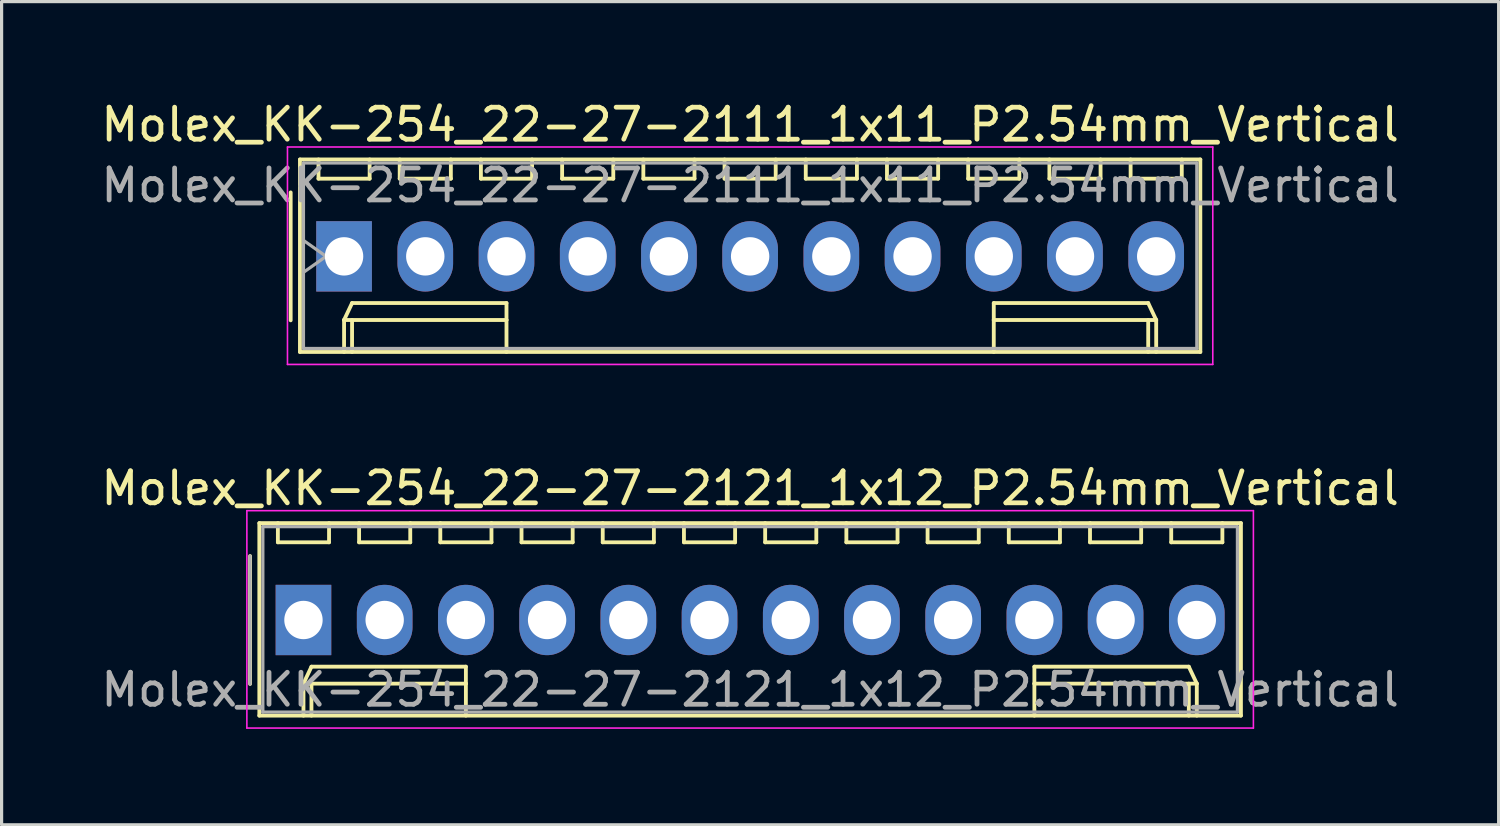
<source format=kicad_pcb>
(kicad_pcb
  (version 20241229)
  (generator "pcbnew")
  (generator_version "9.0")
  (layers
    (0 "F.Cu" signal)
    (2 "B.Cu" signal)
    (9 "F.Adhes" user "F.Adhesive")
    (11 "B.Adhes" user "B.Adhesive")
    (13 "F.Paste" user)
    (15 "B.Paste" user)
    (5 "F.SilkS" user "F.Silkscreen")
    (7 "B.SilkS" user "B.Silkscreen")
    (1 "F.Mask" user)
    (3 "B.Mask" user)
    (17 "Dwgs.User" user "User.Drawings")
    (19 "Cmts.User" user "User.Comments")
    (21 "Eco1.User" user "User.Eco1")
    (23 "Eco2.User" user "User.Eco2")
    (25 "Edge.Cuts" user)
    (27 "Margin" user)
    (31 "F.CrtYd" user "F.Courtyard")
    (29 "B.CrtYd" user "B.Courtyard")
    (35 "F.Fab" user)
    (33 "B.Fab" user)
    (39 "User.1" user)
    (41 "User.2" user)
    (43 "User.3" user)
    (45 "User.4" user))
  (footprint "Molex_KK-254_22-27-2111_1x11_P2.54mm_Vertical"
    (layer "F.Cu")
    (at 7.711 4.968)
    (property "Reference" "Molex_KK-254_22-27-2111_1x11_P2.54mm_Vertical" (at 12.7 -4.12 0) (layer "F.SilkS") (effects (font (size 1 1) (thickness 0.15))))
    (attr through_hole)
    (fp_line (start -1.67 -2) (end -1.67 2) (stroke (width 0.12) (type solid)) (layer "F.SilkS"))
    (fp_line (start -1.38 -3.03) (end -1.38 2.99) (stroke (width 0.12) (type solid)) (layer "F.SilkS"))
    (fp_line (start -1.38 2.99) (end 26.78 2.99) (stroke (width 0.12) (type solid)) (layer "F.SilkS"))
    (fp_line (start -0.8 -3.03) (end -0.8 -2.43) (stroke (width 0.12) (type solid)) (layer "F.SilkS"))
    (fp_line (start -0.8 -2.43) (end 0.8 -2.43) (stroke (width 0.12) (type solid)) (layer "F.SilkS"))
    (fp_line (start 0 1.99) (end 0.25 1.46) (stroke (width 0.12) (type solid)) (layer "F.SilkS"))
    (fp_line (start 0 1.99) (end 5.08 1.99) (stroke (width 0.12) (type solid)) (layer "F.SilkS"))
    (fp_line (start 0 2.99) (end 0 1.99) (stroke (width 0.12) (type solid)) (layer "F.SilkS"))
    (fp_line (start 0.25 1.46) (end 5.08 1.46) (stroke (width 0.12) (type solid)) (layer "F.SilkS"))
    (fp_line (start 0.25 2.99) (end 0.25 1.99) (stroke (width 0.12) (type solid)) (layer "F.SilkS"))
    (fp_line (start 0.8 -2.43) (end 0.8 -3.03) (stroke (width 0.12) (type solid)) (layer "F.SilkS"))
    (fp_line (start 1.74 -3.03) (end 1.74 -2.43) (stroke (width 0.12) (type solid)) (layer "F.SilkS"))
    (fp_line (start 1.74 -2.43) (end 3.34 -2.43) (stroke (width 0.12) (type solid)) (layer "F.SilkS"))
    (fp_line (start 3.34 -2.43) (end 3.34 -3.03) (stroke (width 0.12) (type solid)) (layer "F.SilkS"))
    (fp_line (start 4.28 -3.03) (end 4.28 -2.43) (stroke (width 0.12) (type solid)) (layer "F.SilkS"))
    (fp_line (start 4.28 -2.43) (end 5.88 -2.43) (stroke (width 0.12) (type solid)) (layer "F.SilkS"))
    (fp_line (start 5.08 1.46) (end 5.08 1.99) (stroke (width 0.12) (type solid)) (layer "F.SilkS"))
    (fp_line (start 5.08 1.99) (end 5.08 2.99) (stroke (width 0.12) (type solid)) (layer "F.SilkS"))
    (fp_line (start 5.88 -2.43) (end 5.88 -3.03) (stroke (width 0.12) (type solid)) (layer "F.SilkS"))
    (fp_line (start 6.82 -3.03) (end 6.82 -2.43) (stroke (width 0.12) (type solid)) (layer "F.SilkS"))
    (fp_line (start 6.82 -2.43) (end 8.42 -2.43) (stroke (width 0.12) (type solid)) (layer "F.SilkS"))
    (fp_line (start 8.42 -2.43) (end 8.42 -3.03) (stroke (width 0.12) (type solid)) (layer "F.SilkS"))
    (fp_line (start 9.36 -3.03) (end 9.36 -2.43) (stroke (width 0.12) (type solid)) (layer "F.SilkS"))
    (fp_line (start 9.36 -2.43) (end 10.96 -2.43) (stroke (width 0.12) (type solid)) (layer "F.SilkS"))
    (fp_line (start 10.96 -2.43) (end 10.96 -3.03) (stroke (width 0.12) (type solid)) (layer "F.SilkS"))
    (fp_line (start 11.9 -3.03) (end 11.9 -2.43) (stroke (width 0.12) (type solid)) (layer "F.SilkS"))
    (fp_line (start 11.9 -2.43) (end 13.5 -2.43) (stroke (width 0.12) (type solid)) (layer "F.SilkS"))
    (fp_line (start 13.5 -2.43) (end 13.5 -3.03) (stroke (width 0.12) (type solid)) (layer "F.SilkS"))
    (fp_line (start 14.44 -3.03) (end 14.44 -2.43) (stroke (width 0.12) (type solid)) (layer "F.SilkS"))
    (fp_line (start 14.44 -2.43) (end 16.04 -2.43) (stroke (width 0.12) (type solid)) (layer "F.SilkS"))
    (fp_line (start 16.04 -2.43) (end 16.04 -3.03) (stroke (width 0.12) (type solid)) (layer "F.SilkS"))
    (fp_line (start 16.98 -3.03) (end 16.98 -2.43) (stroke (width 0.12) (type solid)) (layer "F.SilkS"))
    (fp_line (start 16.98 -2.43) (end 18.58 -2.43) (stroke (width 0.12) (type solid)) (layer "F.SilkS"))
    (fp_line (start 18.58 -2.43) (end 18.58 -3.03) (stroke (width 0.12) (type solid)) (layer "F.SilkS"))
    (fp_line (start 19.52 -3.03) (end 19.52 -2.43) (stroke (width 0.12) (type solid)) (layer "F.SilkS"))
    (fp_line (start 19.52 -2.43) (end 21.12 -2.43) (stroke (width 0.12) (type solid)) (layer "F.SilkS"))
    (fp_line (start 20.32 1.46) (end 20.32 1.99) (stroke (width 0.12) (type solid)) (layer "F.SilkS"))
    (fp_line (start 20.32 1.99) (end 20.32 2.99) (stroke (width 0.12) (type solid)) (layer "F.SilkS"))
    (fp_line (start 21.12 -2.43) (end 21.12 -3.03) (stroke (width 0.12) (type solid)) (layer "F.SilkS"))
    (fp_line (start 22.06 -3.03) (end 22.06 -2.43) (stroke (width 0.12) (type solid)) (layer "F.SilkS"))
    (fp_line (start 22.06 -2.43) (end 23.66 -2.43) (stroke (width 0.12) (type solid)) (layer "F.SilkS"))
    (fp_line (start 23.66 -2.43) (end 23.66 -3.03) (stroke (width 0.12) (type solid)) (layer "F.SilkS"))
    (fp_line (start 24.6 -3.03) (end 24.6 -2.43) (stroke (width 0.12) (type solid)) (layer "F.SilkS"))
    (fp_line (start 24.6 -2.43) (end 26.2 -2.43) (stroke (width 0.12) (type solid)) (layer "F.SilkS"))
    (fp_line (start 25.15 1.46) (end 20.32 1.46) (stroke (width 0.12) (type solid)) (layer "F.SilkS"))
    (fp_line (start 25.15 2.99) (end 25.15 1.99) (stroke (width 0.12) (type solid)) (layer "F.SilkS"))
    (fp_line (start 25.4 1.99) (end 20.32 1.99) (stroke (width 0.12) (type solid)) (layer "F.SilkS"))
    (fp_line (start 25.4 1.99) (end 25.15 1.46) (stroke (width 0.12) (type solid)) (layer "F.SilkS"))
    (fp_line (start 25.4 2.99) (end 25.4 1.99) (stroke (width 0.12) (type solid)) (layer "F.SilkS"))
    (fp_line (start 26.2 -2.43) (end 26.2 -3.03) (stroke (width 0.12) (type solid)) (layer "F.SilkS"))
    (fp_line (start 26.78 -3.03) (end -1.38 -3.03) (stroke (width 0.12) (type solid)) (layer "F.SilkS"))
    (fp_line (start 26.78 2.99) (end 26.78 -3.03) (stroke (width 0.12) (type solid)) (layer "F.SilkS"))
    (fp_line (start -1.77 -3.42) (end -1.77 3.38) (stroke (width 0.05) (type solid)) (layer "F.CrtYd"))
    (fp_line (start -1.77 3.38) (end 27.17 3.38) (stroke (width 0.05) (type solid)) (layer "F.CrtYd"))
    (fp_line (start 27.17 -3.42) (end -1.77 -3.42) (stroke (width 0.05) (type solid)) (layer "F.CrtYd"))
    (fp_line (start 27.17 3.38) (end 27.17 -3.42) (stroke (width 0.05) (type solid)) (layer "F.CrtYd"))
    (fp_line (start -1.27 -2.92) (end -1.27 2.88) (stroke (width 0.1) (type solid)) (layer "F.Fab"))
    (fp_line (start -1.27 -0.5) (end -0.563 0) (stroke (width 0.1) (type solid)) (layer "F.Fab"))
    (fp_line (start -1.27 2.88) (end 26.67 2.88) (stroke (width 0.1) (type solid)) (layer "F.Fab"))
    (fp_line (start -0.563 0) (end -1.27 0.5) (stroke (width 0.1) (type solid)) (layer "F.Fab"))
    (fp_line (start 26.67 -2.92) (end -1.27 -2.92) (stroke (width 0.1) (type solid)) (layer "F.Fab"))
    (fp_line (start 26.67 2.88) (end 26.67 -2.92) (stroke (width 0.1) (type solid)) (layer "F.Fab"))
    (fp_text user "${REFERENCE}" (at 12.7 -2.22 0) (layer "F.Fab") (effects (font (size 1 1) (thickness 0.15))))
    (pad "1" thru_hole rect (at 0 0) (size 1.74 2.2) (drill 1.2) (layers "*.Cu" "*.Mask"))
    (pad "2" thru_hole oval (at 2.54 0) (size 1.74 2.2) (drill 1.2) (layers "*.Cu" "*.Mask"))
    (pad "3" thru_hole oval (at 5.08 0) (size 1.74 2.2) (drill 1.2) (layers "*.Cu" "*.Mask"))
    (pad "4" thru_hole oval (at 7.62 0) (size 1.74 2.2) (drill 1.2) (layers "*.Cu" "*.Mask"))
    (pad "5" thru_hole oval (at 10.16 0) (size 1.74 2.2) (drill 1.2) (layers "*.Cu" "*.Mask"))
    (pad "6" thru_hole oval (at 12.7 0) (size 1.74 2.2) (drill 1.2) (layers "*.Cu" "*.Mask"))
    (pad "7" thru_hole oval (at 15.24 0) (size 1.74 2.2) (drill 1.2) (layers "*.Cu" "*.Mask"))
    (pad "8" thru_hole oval (at 17.78 0) (size 1.74 2.2) (drill 1.2) (layers "*.Cu" "*.Mask"))
    (pad "9" thru_hole oval (at 20.32 0) (size 1.74 2.2) (drill 1.2) (layers "*.Cu" "*.Mask"))
    (pad "10" thru_hole oval (at 22.86 0) (size 1.74 2.2) (drill 1.2) (layers "*.Cu" "*.Mask"))
    (pad "11" thru_hole oval (at 25.4 0) (size 1.74 2.2) (drill 1.2) (layers "*.Cu" "*.Mask")))
  (footprint "Molex_KK-254_22-27-2121_1x12_P2.54mm_Vertical"
    (layer "F.Cu")
    (at 6.441 16.341)
    (property "Reference" "Molex_KK-254_22-27-2121_1x12_P2.54mm_Vertical" (at 13.97 -4.12 0) (layer "F.SilkS") (effects (font (size 1 1) (thickness 0.15))))
    (attr through_hole)
    (fp_line (start -1.67 -2) (end -1.67 2) (stroke (width 0.12) (type solid)) (layer "F.SilkS"))
    (fp_line (start -1.38 -3.03) (end -1.38 2.99) (stroke (width 0.12) (type solid)) (layer "F.SilkS"))
    (fp_line (start -1.38 2.99) (end 29.32 2.99) (stroke (width 0.12) (type solid)) (layer "F.SilkS"))
    (fp_line (start -0.8 -3.03) (end -0.8 -2.43) (stroke (width 0.12) (type solid)) (layer "F.SilkS"))
    (fp_line (start -0.8 -2.43) (end 0.8 -2.43) (stroke (width 0.12) (type solid)) (layer "F.SilkS"))
    (fp_line (start 0 1.99) (end 0.25 1.46) (stroke (width 0.12) (type solid)) (layer "F.SilkS"))
    (fp_line (start 0 1.99) (end 5.08 1.99) (stroke (width 0.12) (type solid)) (layer "F.SilkS"))
    (fp_line (start 0 2.99) (end 0 1.99) (stroke (width 0.12) (type solid)) (layer "F.SilkS"))
    (fp_line (start 0.25 1.46) (end 5.08 1.46) (stroke (width 0.12) (type solid)) (layer "F.SilkS"))
    (fp_line (start 0.25 2.99) (end 0.25 1.99) (stroke (width 0.12) (type solid)) (layer "F.SilkS"))
    (fp_line (start 0.8 -2.43) (end 0.8 -3.03) (stroke (width 0.12) (type solid)) (layer "F.SilkS"))
    (fp_line (start 1.74 -3.03) (end 1.74 -2.43) (stroke (width 0.12) (type solid)) (layer "F.SilkS"))
    (fp_line (start 1.74 -2.43) (end 3.34 -2.43) (stroke (width 0.12) (type solid)) (layer "F.SilkS"))
    (fp_line (start 3.34 -2.43) (end 3.34 -3.03) (stroke (width 0.12) (type solid)) (layer "F.SilkS"))
    (fp_line (start 4.28 -3.03) (end 4.28 -2.43) (stroke (width 0.12) (type solid)) (layer "F.SilkS"))
    (fp_line (start 4.28 -2.43) (end 5.88 -2.43) (stroke (width 0.12) (type solid)) (layer "F.SilkS"))
    (fp_line (start 5.08 1.46) (end 5.08 1.99) (stroke (width 0.12) (type solid)) (layer "F.SilkS"))
    (fp_line (start 5.08 1.99) (end 5.08 2.99) (stroke (width 0.12) (type solid)) (layer "F.SilkS"))
    (fp_line (start 5.88 -2.43) (end 5.88 -3.03) (stroke (width 0.12) (type solid)) (layer "F.SilkS"))
    (fp_line (start 6.82 -3.03) (end 6.82 -2.43) (stroke (width 0.12) (type solid)) (layer "F.SilkS"))
    (fp_line (start 6.82 -2.43) (end 8.42 -2.43) (stroke (width 0.12) (type solid)) (layer "F.SilkS"))
    (fp_line (start 8.42 -2.43) (end 8.42 -3.03) (stroke (width 0.12) (type solid)) (layer "F.SilkS"))
    (fp_line (start 9.36 -3.03) (end 9.36 -2.43) (stroke (width 0.12) (type solid)) (layer "F.SilkS"))
    (fp_line (start 9.36 -2.43) (end 10.96 -2.43) (stroke (width 0.12) (type solid)) (layer "F.SilkS"))
    (fp_line (start 10.96 -2.43) (end 10.96 -3.03) (stroke (width 0.12) (type solid)) (layer "F.SilkS"))
    (fp_line (start 11.9 -3.03) (end 11.9 -2.43) (stroke (width 0.12) (type solid)) (layer "F.SilkS"))
    (fp_line (start 11.9 -2.43) (end 13.5 -2.43) (stroke (width 0.12) (type solid)) (layer "F.SilkS"))
    (fp_line (start 13.5 -2.43) (end 13.5 -3.03) (stroke (width 0.12) (type solid)) (layer "F.SilkS"))
    (fp_line (start 14.44 -3.03) (end 14.44 -2.43) (stroke (width 0.12) (type solid)) (layer "F.SilkS"))
    (fp_line (start 14.44 -2.43) (end 16.04 -2.43) (stroke (width 0.12) (type solid)) (layer "F.SilkS"))
    (fp_line (start 16.04 -2.43) (end 16.04 -3.03) (stroke (width 0.12) (type solid)) (layer "F.SilkS"))
    (fp_line (start 16.98 -3.03) (end 16.98 -2.43) (stroke (width 0.12) (type solid)) (layer "F.SilkS"))
    (fp_line (start 16.98 -2.43) (end 18.58 -2.43) (stroke (width 0.12) (type solid)) (layer "F.SilkS"))
    (fp_line (start 18.58 -2.43) (end 18.58 -3.03) (stroke (width 0.12) (type solid)) (layer "F.SilkS"))
    (fp_line (start 19.52 -3.03) (end 19.52 -2.43) (stroke (width 0.12) (type solid)) (layer "F.SilkS"))
    (fp_line (start 19.52 -2.43) (end 21.12 -2.43) (stroke (width 0.12) (type solid)) (layer "F.SilkS"))
    (fp_line (start 21.12 -2.43) (end 21.12 -3.03) (stroke (width 0.12) (type solid)) (layer "F.SilkS"))
    (fp_line (start 22.06 -3.03) (end 22.06 -2.43) (stroke (width 0.12) (type solid)) (layer "F.SilkS"))
    (fp_line (start 22.06 -2.43) (end 23.66 -2.43) (stroke (width 0.12) (type solid)) (layer "F.SilkS"))
    (fp_line (start 22.86 1.46) (end 22.86 1.99) (stroke (width 0.12) (type solid)) (layer "F.SilkS"))
    (fp_line (start 22.86 1.99) (end 22.86 2.99) (stroke (width 0.12) (type solid)) (layer "F.SilkS"))
    (fp_line (start 23.66 -2.43) (end 23.66 -3.03) (stroke (width 0.12) (type solid)) (layer "F.SilkS"))
    (fp_line (start 24.6 -3.03) (end 24.6 -2.43) (stroke (width 0.12) (type solid)) (layer "F.SilkS"))
    (fp_line (start 24.6 -2.43) (end 26.2 -2.43) (stroke (width 0.12) (type solid)) (layer "F.SilkS"))
    (fp_line (start 26.2 -2.43) (end 26.2 -3.03) (stroke (width 0.12) (type solid)) (layer "F.SilkS"))
    (fp_line (start 27.14 -3.03) (end 27.14 -2.43) (stroke (width 0.12) (type solid)) (layer "F.SilkS"))
    (fp_line (start 27.14 -2.43) (end 28.74 -2.43) (stroke (width 0.12) (type solid)) (layer "F.SilkS"))
    (fp_line (start 27.69 1.46) (end 22.86 1.46) (stroke (width 0.12) (type solid)) (layer "F.SilkS"))
    (fp_line (start 27.69 2.99) (end 27.69 1.99) (stroke (width 0.12) (type solid)) (layer "F.SilkS"))
    (fp_line (start 27.94 1.99) (end 22.86 1.99) (stroke (width 0.12) (type solid)) (layer "F.SilkS"))
    (fp_line (start 27.94 1.99) (end 27.69 1.46) (stroke (width 0.12) (type solid)) (layer "F.SilkS"))
    (fp_line (start 27.94 2.99) (end 27.94 1.99) (stroke (width 0.12) (type solid)) (layer "F.SilkS"))
    (fp_line (start 28.74 -2.43) (end 28.74 -3.03) (stroke (width 0.12) (type solid)) (layer "F.SilkS"))
    (fp_line (start 29.32 -3.03) (end -1.38 -3.03) (stroke (width 0.12) (type solid)) (layer "F.SilkS"))
    (fp_line (start 29.32 2.99) (end 29.32 -3.03) (stroke (width 0.12) (type solid)) (layer "F.SilkS"))
    (fp_line (start -1.77 -3.42) (end -1.77 3.38) (stroke (width 0.05) (type solid)) (layer "F.CrtYd"))
    (fp_line (start -1.77 3.38) (end 29.71 3.38) (stroke (width 0.05) (type solid)) (layer "F.CrtYd"))
    (fp_line (start 29.71 -3.42) (end -1.77 -3.42) (stroke (width 0.05) (type solid)) (layer "F.CrtYd"))
    (fp_line (start 29.71 3.38) (end 29.71 -3.42) (stroke (width 0.05) (type solid)) (layer "F.CrtYd"))
    (fp_line (start -1.67 -2) (end -1.67 2) (stroke (width 0.1) (type solid)) (layer "F.Fab"))
    (fp_line (start -1.27 -2.92) (end -1.27 2.88) (stroke (width 0.1) (type solid)) (layer "F.Fab"))
    (fp_line (start -1.27 2.88) (end 29.21 2.88) (stroke (width 0.1) (type solid)) (layer "F.Fab"))
    (fp_line (start 29.21 -2.92) (end -1.27 -2.92) (stroke (width 0.1) (type solid)) (layer "F.Fab"))
    (fp_line (start 29.21 2.88) (end 29.21 -2.92) (stroke (width 0.1) (type solid)) (layer "F.Fab"))
    (fp_text user "${REFERENCE}" (at 13.97 2.18 0) (layer "F.Fab") (effects (font (size 1 1) (thickness 0.15))))
    (pad "1" thru_hole rect (at 0 0) (size 1.74 2.2) (drill 1.2) (layers "*.Cu" "*.Mask"))
    (pad "2" thru_hole oval (at 2.54 0) (size 1.74 2.2) (drill 1.2) (layers "*.Cu" "*.Mask"))
    (pad "3" thru_hole oval (at 5.08 0) (size 1.74 2.2) (drill 1.2) (layers "*.Cu" "*.Mask"))
    (pad "4" thru_hole oval (at 7.62 0) (size 1.74 2.2) (drill 1.2) (layers "*.Cu" "*.Mask"))
    (pad "5" thru_hole oval (at 10.16 0) (size 1.74 2.2) (drill 1.2) (layers "*.Cu" "*.Mask"))
    (pad "6" thru_hole oval (at 12.7 0) (size 1.74 2.2) (drill 1.2) (layers "*.Cu" "*.Mask"))
    (pad "7" thru_hole oval (at 15.24 0) (size 1.74 2.2) (drill 1.2) (layers "*.Cu" "*.Mask"))
    (pad "8" thru_hole oval (at 17.78 0) (size 1.74 2.2) (drill 1.2) (layers "*.Cu" "*.Mask"))
    (pad "9" thru_hole oval (at 20.32 0) (size 1.74 2.2) (drill 1.2) (layers "*.Cu" "*.Mask"))
    (pad "10" thru_hole oval (at 22.86 0) (size 1.74 2.2) (drill 1.2) (layers "*.Cu" "*.Mask"))
    (pad "11" thru_hole oval (at 25.4 0) (size 1.74 2.2) (drill 1.2) (layers "*.Cu" "*.Mask"))
    (pad "12" thru_hole oval (at 27.94 0) (size 1.74 2.2) (drill 1.2) (layers "*.Cu" "*.Mask")))
  (gr_rect
    (start -3 -3)
    (end 43.821 22.747)
    (stroke (width 0.1) (type default))
    (fill no)
    (layer "Edge.Cuts")))
</source>
